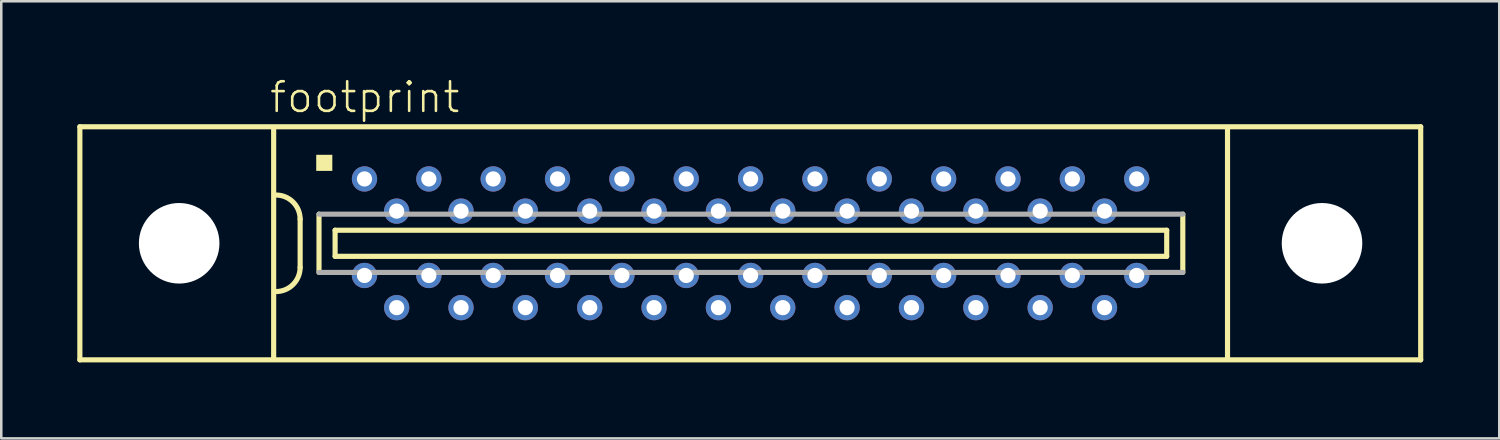
<source format=kicad_pcb>
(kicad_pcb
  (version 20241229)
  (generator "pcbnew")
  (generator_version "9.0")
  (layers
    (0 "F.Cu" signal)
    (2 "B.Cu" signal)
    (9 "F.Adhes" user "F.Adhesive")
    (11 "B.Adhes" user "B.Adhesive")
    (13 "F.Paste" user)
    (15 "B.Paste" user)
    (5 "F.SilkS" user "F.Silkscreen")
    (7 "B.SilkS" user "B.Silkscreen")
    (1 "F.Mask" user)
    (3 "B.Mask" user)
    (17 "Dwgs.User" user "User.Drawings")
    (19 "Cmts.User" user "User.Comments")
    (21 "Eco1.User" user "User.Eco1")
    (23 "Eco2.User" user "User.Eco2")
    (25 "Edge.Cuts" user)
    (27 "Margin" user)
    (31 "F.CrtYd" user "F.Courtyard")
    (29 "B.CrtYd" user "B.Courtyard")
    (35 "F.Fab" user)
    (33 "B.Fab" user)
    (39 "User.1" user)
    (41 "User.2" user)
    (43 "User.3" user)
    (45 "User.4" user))
  (footprint "footprint"
    (layer "F.Cu")
    (at 26.577 6.553)
    (property "Reference" "footprint" (at -19.05 -5.08 0) (layer "F.SilkS") (effects (font (size 1.168 1.168) (thickness 0.102)) (justify left bottom)))
    (fp_line (start -26.475 -4.6) (end -26.475 4.6) (stroke (width 0.203) (type solid)) (layer "F.SilkS"))
    (fp_line (start -26.475 4.6) (end 26.45 4.6) (stroke (width 0.203) (type solid)) (layer "F.SilkS"))
    (fp_line (start -18.825 -4.55) (end -18.825 4.55) (stroke (width 0.203) (type solid)) (layer "F.SilkS"))
    (fp_line (start -17.78 -0.953) (end -17.78 0.953) (stroke (width 0.203) (type solid)) (layer "F.SilkS"))
    (fp_line (start -17.035 -1.15) (end -17.035 1.15) (stroke (width 0.203) (type solid)) (layer "F.SilkS"))
    (fp_line (start -16.4 -0.515) (end -16.4 0.515) (stroke (width 0.203) (type solid)) (layer "F.SilkS"))
    (fp_line (start -16.4 0.515) (end 16.425 0.515) (stroke (width 0.203) (type solid)) (layer "F.SilkS"))
    (fp_line (start 16.425 -0.515) (end -16.4 -0.515) (stroke (width 0.203) (type solid)) (layer "F.SilkS"))
    (fp_line (start 16.425 0.515) (end 16.425 -0.515) (stroke (width 0.203) (type solid)) (layer "F.SilkS"))
    (fp_line (start 17.06 1.15) (end 17.06 -1.15) (stroke (width 0.203) (type solid)) (layer "F.SilkS"))
    (fp_line (start 18.825 4.55) (end 18.825 -4.55) (stroke (width 0.203) (type solid)) (layer "F.SilkS"))
    (fp_line (start 26.45 -4.6) (end -26.475 -4.6) (stroke (width 0.203) (type solid)) (layer "F.SilkS"))
    (fp_line (start 26.45 4.6) (end 26.45 -4.6) (stroke (width 0.203) (type solid)) (layer "F.SilkS"))
    (fp_arc (start -18.7325 -1.905) (mid -18.058981 -1.626019) (end -17.78 -0.9525) (stroke (width 0.2032) (type solid)) (layer "F.SilkS"))
    (fp_arc (start -17.78 0.9525) (mid -18.05901 1.625989) (end -18.732499 1.904999) (stroke (width 0.2032) (type solid)) (layer "F.SilkS"))
    (fp_poly (pts (xy -17.145 -2.857) (xy -16.51 -2.857) (xy -16.51 -3.493) (xy -17.145 -3.493)) (stroke (width 0) (type solid)) (fill yes) (layer "F.SilkS"))
    (fp_line (start -17.035 1.15) (end 17.06 1.15) (stroke (width 0.203) (type solid)) (layer "F.Fab"))
    (fp_line (start 17.06 -1.15) (end -17.035 -1.15) (stroke (width 0.203) (type solid)) (layer "F.Fab"))
    (pad "" np_thru_hole circle (at -22.555 0) (size 3.18 3.18) (drill 3.18) (layers "*.Cu" "*.Mask"))
    (pad "" np_thru_hole circle (at 22.555 0) (size 3.18 3.18) (drill 3.18) (layers "*.Cu" "*.Mask"))
    (pad "1" thru_hole circle (at -15.24 -2.54) (size 1 1) (drill 0.6) (layers "*.Cu" "*.Mask"))
    (pad "2" thru_hole circle (at -13.97 -1.27) (size 1 1) (drill 0.6) (layers "*.Cu" "*.Mask"))
    (pad "3" thru_hole circle (at -12.7 -2.54) (size 1 1) (drill 0.6) (layers "*.Cu" "*.Mask"))
    (pad "4" thru_hole circle (at -11.43 -1.27) (size 1 1) (drill 0.6) (layers "*.Cu" "*.Mask"))
    (pad "5" thru_hole circle (at -10.16 -2.54) (size 1 1) (drill 0.6) (layers "*.Cu" "*.Mask"))
    (pad "6" thru_hole circle (at -8.89 -1.27 180) (size 1 1) (drill 0.6) (layers "*.Cu" "*.Mask"))
    (pad "7" thru_hole circle (at -7.62 -2.54 180) (size 1 1) (drill 0.6) (layers "*.Cu" "*.Mask"))
    (pad "8" thru_hole circle (at -6.35 -1.27 180) (size 1 1) (drill 0.6) (layers "*.Cu" "*.Mask"))
    (pad "9" thru_hole circle (at -5.08 -2.54 180) (size 1 1) (drill 0.6) (layers "*.Cu" "*.Mask"))
    (pad "10" thru_hole circle (at -3.81 -1.27 180) (size 1 1) (drill 0.6) (layers "*.Cu" "*.Mask"))
    (pad "11" thru_hole circle (at -2.54 -2.54 180) (size 1 1) (drill 0.6) (layers "*.Cu" "*.Mask"))
    (pad "12" thru_hole circle (at -1.27 -1.27 180) (size 1 1) (drill 0.6) (layers "*.Cu" "*.Mask"))
    (pad "13" thru_hole circle (at 0 -2.54 180) (size 1 1) (drill 0.6) (layers "*.Cu" "*.Mask"))
    (pad "14" thru_hole circle (at 1.27 -1.27 180) (size 1 1) (drill 0.6) (layers "*.Cu" "*.Mask"))
    (pad "15" thru_hole circle (at 2.54 -2.54 180) (size 1 1) (drill 0.6) (layers "*.Cu" "*.Mask"))
    (pad "16" thru_hole circle (at 3.81 -1.27 180) (size 1 1) (drill 0.6) (layers "*.Cu" "*.Mask"))
    (pad "17" thru_hole circle (at 5.08 -2.54 180) (size 1 1) (drill 0.6) (layers "*.Cu" "*.Mask"))
    (pad "18" thru_hole circle (at 6.35 -1.27 180) (size 1 1) (drill 0.6) (layers "*.Cu" "*.Mask"))
    (pad "19" thru_hole circle (at 7.62 -2.54 180) (size 1 1) (drill 0.6) (layers "*.Cu" "*.Mask"))
    (pad "20" thru_hole circle (at 8.89 -1.27 180) (size 1 1) (drill 0.6) (layers "*.Cu" "*.Mask"))
    (pad "21" thru_hole circle (at 10.16 -2.54 180) (size 1 1) (drill 0.6) (layers "*.Cu" "*.Mask"))
    (pad "22" thru_hole circle (at 11.43 -1.27 180) (size 1 1) (drill 0.6) (layers "*.Cu" "*.Mask"))
    (pad "23" thru_hole circle (at 12.7 -2.54 180) (size 1 1) (drill 0.6) (layers "*.Cu" "*.Mask"))
    (pad "24" thru_hole circle (at 13.97 -1.27 180) (size 1 1) (drill 0.6) (layers "*.Cu" "*.Mask"))
    (pad "25" thru_hole circle (at 15.24 -2.54 180) (size 1 1) (drill 0.6) (layers "*.Cu" "*.Mask"))
    (pad "26" thru_hole circle (at -15.24 1.27 180) (size 1 1) (drill 0.6) (layers "*.Cu" "*.Mask"))
    (pad "27" thru_hole circle (at -13.97 2.54 180) (size 1 1) (drill 0.6) (layers "*.Cu" "*.Mask"))
    (pad "28" thru_hole circle (at -12.7 1.27 180) (size 1 1) (drill 0.6) (layers "*.Cu" "*.Mask"))
    (pad "29" thru_hole circle (at -11.43 2.54 180) (size 1 1) (drill 0.6) (layers "*.Cu" "*.Mask"))
    (pad "30" thru_hole circle (at -10.16 1.27 180) (size 1 1) (drill 0.6) (layers "*.Cu" "*.Mask"))
    (pad "31" thru_hole circle (at -8.89 2.54 180) (size 1 1) (drill 0.6) (layers "*.Cu" "*.Mask"))
    (pad "32" thru_hole circle (at -7.62 1.27 180) (size 1 1) (drill 0.6) (layers "*.Cu" "*.Mask"))
    (pad "33" thru_hole circle (at -6.35 2.54 180) (size 1 1) (drill 0.6) (layers "*.Cu" "*.Mask"))
    (pad "34" thru_hole circle (at -5.08 1.27 180) (size 1 1) (drill 0.6) (layers "*.Cu" "*.Mask"))
    (pad "35" thru_hole circle (at -3.81 2.54 180) (size 1 1) (drill 0.6) (layers "*.Cu" "*.Mask"))
    (pad "36" thru_hole circle (at -2.54 1.27 180) (size 1 1) (drill 0.6) (layers "*.Cu" "*.Mask"))
    (pad "37" thru_hole circle (at -1.27 2.54 180) (size 1 1) (drill 0.6) (layers "*.Cu" "*.Mask"))
    (pad "38" thru_hole circle (at 0 1.27 180) (size 1 1) (drill 0.6) (layers "*.Cu" "*.Mask"))
    (pad "39" thru_hole circle (at 1.27 2.54 180) (size 1 1) (drill 0.6) (layers "*.Cu" "*.Mask"))
    (pad "40" thru_hole circle (at 2.54 1.27 180) (size 1 1) (drill 0.6) (layers "*.Cu" "*.Mask"))
    (pad "41" thru_hole circle (at 3.81 2.54 180) (size 1 1) (drill 0.6) (layers "*.Cu" "*.Mask"))
    (pad "42" thru_hole circle (at 5.08 1.27 180) (size 1 1) (drill 0.6) (layers "*.Cu" "*.Mask"))
    (pad "43" thru_hole circle (at 6.35 2.54 180) (size 1 1) (drill 0.6) (layers "*.Cu" "*.Mask"))
    (pad "44" thru_hole circle (at 7.62 1.27 180) (size 1 1) (drill 0.6) (layers "*.Cu" "*.Mask"))
    (pad "45" thru_hole circle (at 8.89 2.54 180) (size 1 1) (drill 0.6) (layers "*.Cu" "*.Mask"))
    (pad "46" thru_hole circle (at 10.16 1.27 180) (size 1 1) (drill 0.6) (layers "*.Cu" "*.Mask"))
    (pad "47" thru_hole circle (at 11.43 2.54 180) (size 1 1) (drill 0.6) (layers "*.Cu" "*.Mask"))
    (pad "48" thru_hole circle (at 12.7 1.27 180) (size 1 1) (drill 0.6) (layers "*.Cu" "*.Mask"))
    (pad "49" thru_hole circle (at 13.97 2.54 180) (size 1 1) (drill 0.6) (layers "*.Cu" "*.Mask"))
    (pad "50" thru_hole circle (at 15.24 1.27 180) (size 1 1) (drill 0.6) (layers "*.Cu" "*.Mask")))
  (gr_rect
    (start -3 -3)
    (end 56.128 14.255)
    (stroke (width 0.1) (type default))
    (fill no)
    (layer "Edge.Cuts")))
</source>
